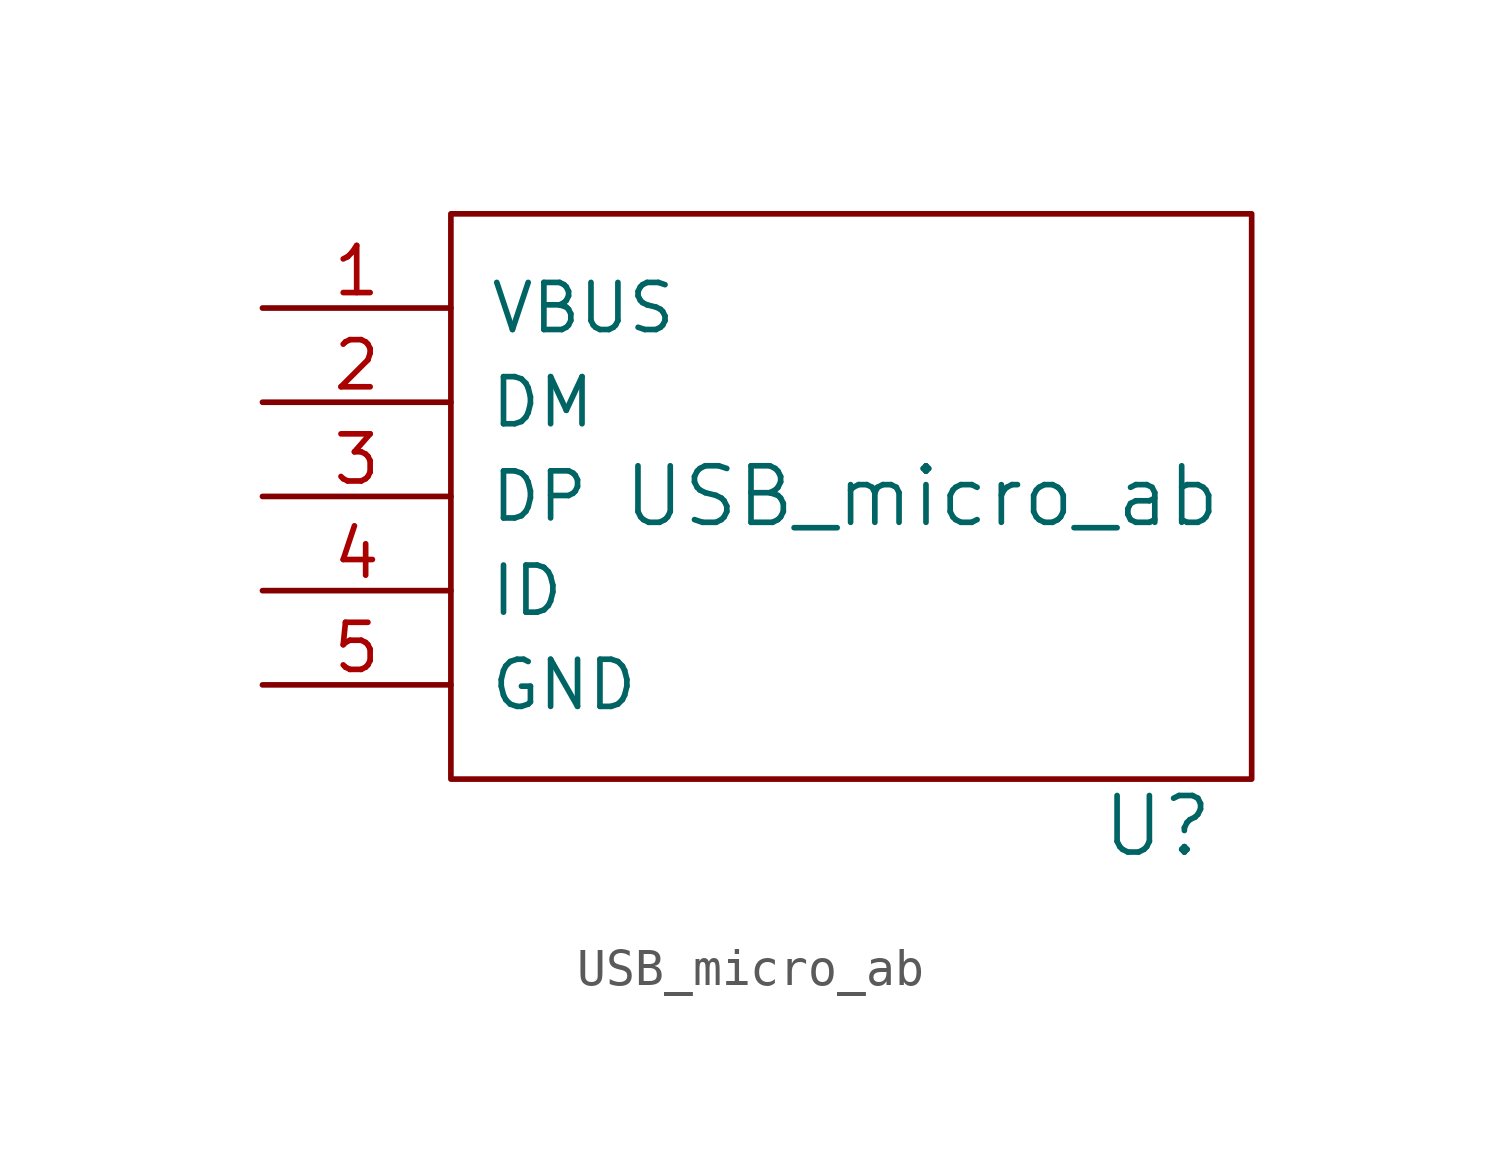
<source format=kicad_sym>
(kicad_symbol_lib
  (version 20211014)
  (generator kicad_symbol_editor)
  (symbol "USB_micro_ab"
    (pin_names
      (offset 1.016))
    (property "Reference" "U"
      (at 8.89 -8.89 0)
      (effects (font (size 1.524 1.524))))
    (property "Value" "USB_micro_ab"
      (at 2.54 0 0)
      (effects (font (size 1.524 1.524))))
    (symbol "USB_micro_ab_0_1"
      (rectangle (start -10.16 7.62) (end 11.43 -7.62) (stroke (width 0) (type default) (color 0 0 0 0)) (fill (type none))))
    (symbol "USB_micro_ab_1_1"
      (pin power_out line (at -15.24 5.08 0) (length 5.08) (name "VBUS" (effects (font (size 1.27 1.27)))) (number "1" (effects (font (size 1.27 1.27)))))
      (pin bidirectional line (at -15.24 2.54 0) (length 5.08) (name "DM" (effects (font (size 1.27 1.27)))) (number "2" (effects (font (size 1.27 1.27)))))
      (pin bidirectional line (at -15.24 0 0) (length 5.08) (name "DP" (effects (font (size 1.27 1.27)))) (number "3" (effects (font (size 1.27 1.27)))))
      (pin bidirectional line (at -15.24 -2.54 0) (length 5.08) (name "ID" (effects (font (size 1.27 1.27)))) (number "4" (effects (font (size 1.27 1.27)))))
      (pin power_out line (at -15.24 -5.08 0) (length 5.08) (name "GND" (effects (font (size 1.27 1.27)))) (number "5" (effects (font (size 1.27 1.27))))))))
</source>
